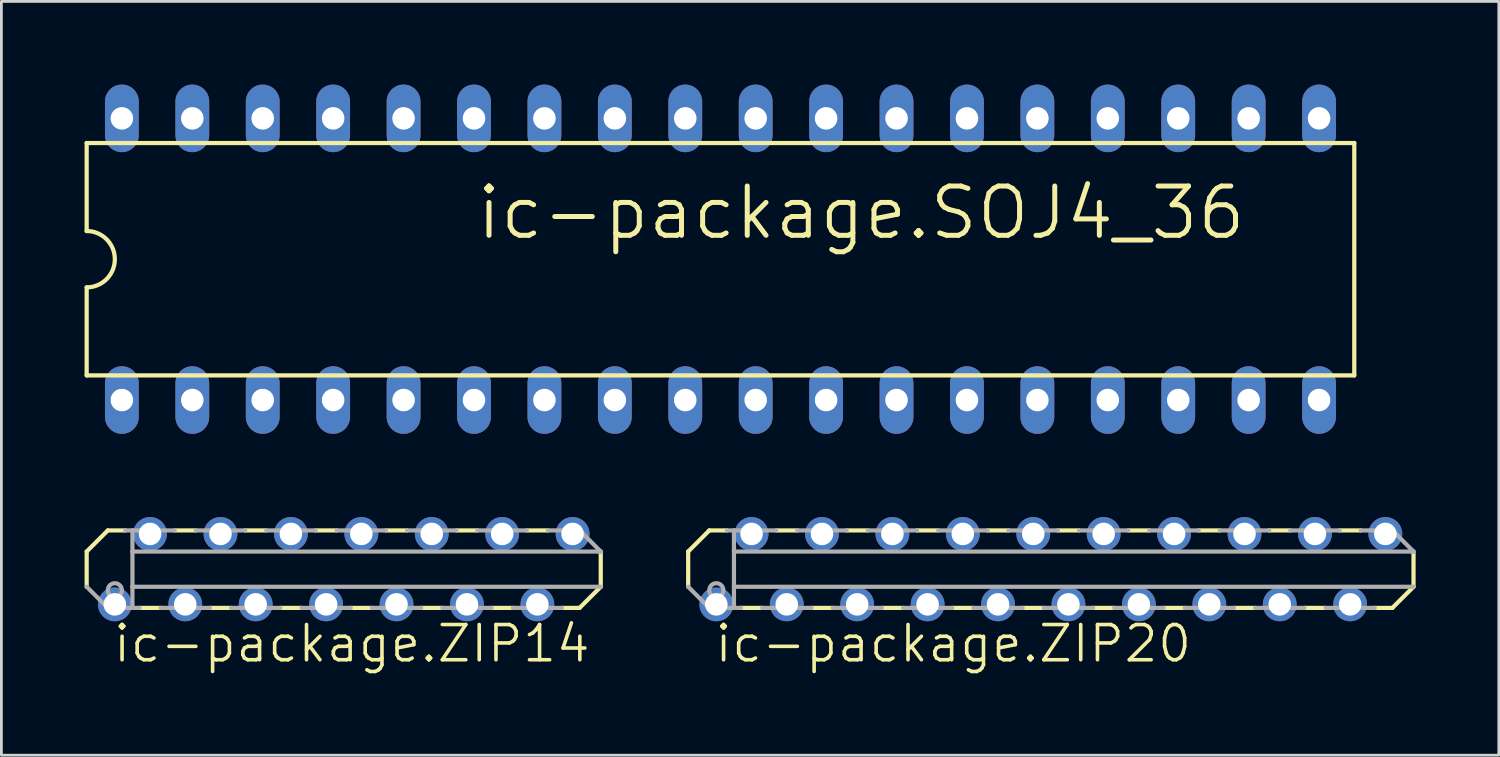
<source format=kicad_pcb>
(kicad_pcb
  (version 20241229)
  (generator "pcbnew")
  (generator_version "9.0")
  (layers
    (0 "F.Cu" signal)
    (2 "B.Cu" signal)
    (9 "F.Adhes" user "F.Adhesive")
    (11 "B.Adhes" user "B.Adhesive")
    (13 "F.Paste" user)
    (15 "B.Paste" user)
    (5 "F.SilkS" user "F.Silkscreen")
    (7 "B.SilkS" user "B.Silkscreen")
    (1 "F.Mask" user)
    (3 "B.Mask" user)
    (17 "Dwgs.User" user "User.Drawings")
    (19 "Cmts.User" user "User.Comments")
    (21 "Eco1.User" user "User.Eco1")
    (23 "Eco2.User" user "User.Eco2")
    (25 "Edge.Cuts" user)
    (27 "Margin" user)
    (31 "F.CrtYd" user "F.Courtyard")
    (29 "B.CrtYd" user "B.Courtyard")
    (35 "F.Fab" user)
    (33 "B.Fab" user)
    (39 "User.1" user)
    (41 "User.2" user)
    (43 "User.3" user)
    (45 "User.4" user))
  (footprint "ic-package.SOJ4_36"
    (layer "F.Cu")
    (at 22.936 6.299)
    (property "Reference" "ic-package.SOJ4_36" (at -8.89 -0.635 0) (layer "F.SilkS") (effects (font (size 1.778 1.778) (thickness 0.18)) (justify left bottom)))
    (attr through_hole)
    (fp_line (start -22.86 -4.191) (end -22.86 -1.016) (stroke (width 0.152) (type default)) (layer "F.SilkS"))
    (fp_line (start -22.86 4.191) (end -22.86 1.016) (stroke (width 0.152) (type default)) (layer "F.SilkS"))
    (fp_line (start -22.86 4.191) (end 22.86 4.191) (stroke (width 0.152) (type default)) (layer "F.SilkS"))
    (fp_line (start 22.86 -4.191) (end -22.86 -4.191) (stroke (width 0.152) (type default)) (layer "F.SilkS"))
    (fp_line (start 22.86 -4.191) (end 22.86 4.191) (stroke (width 0.152) (type default)) (layer "F.SilkS"))
    (fp_arc (start -22.86 -1.016) (mid -21.844 0) (end -22.86 1.016) (stroke (width 0.1524) (type default)) (layer "F.SilkS"))
    (pad "1" thru_hole oval (at -21.59 5.08 90) (size 2.438 1.219) (drill 0.813) (layers "*.Cu" "*.Mask"))
    (pad "2" thru_hole oval (at -19.05 5.08 90) (size 2.438 1.219) (drill 0.813) (layers "*.Cu" "*.Mask"))
    (pad "3" thru_hole oval (at -16.51 5.08 90) (size 2.438 1.219) (drill 0.813) (layers "*.Cu" "*.Mask"))
    (pad "4" thru_hole oval (at -13.97 5.08 90) (size 2.438 1.219) (drill 0.813) (layers "*.Cu" "*.Mask"))
    (pad "5" thru_hole oval (at -11.43 5.08 90) (size 2.438 1.219) (drill 0.813) (layers "*.Cu" "*.Mask"))
    (pad "6" thru_hole oval (at -8.89 5.08 90) (size 2.438 1.219) (drill 0.813) (layers "*.Cu" "*.Mask"))
    (pad "7" thru_hole oval (at -6.35 5.08 90) (size 2.438 1.219) (drill 0.813) (layers "*.Cu" "*.Mask"))
    (pad "8" thru_hole oval (at -3.81 5.08 90) (size 2.438 1.219) (drill 0.813) (layers "*.Cu" "*.Mask"))
    (pad "9" thru_hole oval (at -1.27 5.08 90) (size 2.438 1.219) (drill 0.813) (layers "*.Cu" "*.Mask"))
    (pad "10" thru_hole oval (at 1.27 5.08 90) (size 2.438 1.219) (drill 0.813) (layers "*.Cu" "*.Mask"))
    (pad "11" thru_hole oval (at 3.81 5.08 90) (size 2.438 1.219) (drill 0.813) (layers "*.Cu" "*.Mask"))
    (pad "12" thru_hole oval (at 6.35 5.08 90) (size 2.438 1.219) (drill 0.813) (layers "*.Cu" "*.Mask"))
    (pad "13" thru_hole oval (at 8.89 5.08 90) (size 2.438 1.219) (drill 0.813) (layers "*.Cu" "*.Mask"))
    (pad "14" thru_hole oval (at 11.43 5.08 90) (size 2.438 1.219) (drill 0.813) (layers "*.Cu" "*.Mask"))
    (pad "15" thru_hole oval (at 13.97 5.08 90) (size 2.438 1.219) (drill 0.813) (layers "*.Cu" "*.Mask"))
    (pad "16" thru_hole oval (at 16.51 5.08 90) (size 2.438 1.219) (drill 0.813) (layers "*.Cu" "*.Mask"))
    (pad "17" thru_hole oval (at 19.05 5.08 90) (size 2.438 1.219) (drill 0.813) (layers "*.Cu" "*.Mask"))
    (pad "18" thru_hole oval (at 21.59 5.08 90) (size 2.438 1.219) (drill 0.813) (layers "*.Cu" "*.Mask"))
    (pad "19" thru_hole oval (at 21.59 -5.08 90) (size 2.438 1.219) (drill 0.813) (layers "*.Cu" "*.Mask"))
    (pad "20" thru_hole oval (at 19.05 -5.08 90) (size 2.438 1.219) (drill 0.813) (layers "*.Cu" "*.Mask"))
    (pad "21" thru_hole oval (at 16.51 -5.08 90) (size 2.438 1.219) (drill 0.813) (layers "*.Cu" "*.Mask"))
    (pad "22" thru_hole oval (at 13.97 -5.08 90) (size 2.438 1.219) (drill 0.813) (layers "*.Cu" "*.Mask"))
    (pad "23" thru_hole oval (at 11.43 -5.08 90) (size 2.438 1.219) (drill 0.813) (layers "*.Cu" "*.Mask"))
    (pad "24" thru_hole oval (at 8.89 -5.08 90) (size 2.438 1.219) (drill 0.813) (layers "*.Cu" "*.Mask"))
    (pad "25" thru_hole oval (at 6.35 -5.08 90) (size 2.438 1.219) (drill 0.813) (layers "*.Cu" "*.Mask"))
    (pad "26" thru_hole oval (at 3.81 -5.08 90) (size 2.438 1.219) (drill 0.813) (layers "*.Cu" "*.Mask"))
    (pad "27" thru_hole oval (at 1.27 -5.08 90) (size 2.438 1.219) (drill 0.813) (layers "*.Cu" "*.Mask"))
    (pad "28" thru_hole oval (at -1.27 -5.08 90) (size 2.438 1.219) (drill 0.813) (layers "*.Cu" "*.Mask"))
    (pad "29" thru_hole oval (at -3.81 -5.08 90) (size 2.438 1.219) (drill 0.813) (layers "*.Cu" "*.Mask"))
    (pad "30" thru_hole oval (at -6.35 -5.08 90) (size 2.438 1.219) (drill 0.813) (layers "*.Cu" "*.Mask"))
    (pad "31" thru_hole oval (at -8.89 -5.08 90) (size 2.438 1.219) (drill 0.813) (layers "*.Cu" "*.Mask"))
    (pad "32" thru_hole oval (at -11.43 -5.08 90) (size 2.438 1.219) (drill 0.813) (layers "*.Cu" "*.Mask"))
    (pad "33" thru_hole oval (at -13.97 -5.08 90) (size 2.438 1.219) (drill 0.813) (layers "*.Cu" "*.Mask"))
    (pad "34" thru_hole oval (at -16.51 -5.08 90) (size 2.438 1.219) (drill 0.813) (layers "*.Cu" "*.Mask"))
    (pad "35" thru_hole oval (at -19.05 -5.08 90) (size 2.438 1.219) (drill 0.813) (layers "*.Cu" "*.Mask"))
    (pad "36" thru_hole oval (at -21.59 -5.08 90) (size 2.438 1.219) (drill 0.813) (layers "*.Cu" "*.Mask")))
  (footprint "ic-package.ZIP14"
    (layer "F.Cu")
    (at 9.982 17.478)
    (property "Reference" "ic-package.ZIP14" (at -9.017 3.429 0) (layer "F.SilkS") (effects (font (size 1.27 1.27) (thickness 0.13)) (justify left bottom)))
    (attr through_hole)
    (fp_line (start -9.906 -0.635) (end -9.906 0.635) (stroke (width 0.152) (type default)) (layer "F.SilkS"))
    (fp_line (start -9.144 -1.397) (end -9.906 -0.635) (stroke (width 0.152) (type default)) (layer "F.SilkS"))
    (fp_line (start -8.509 -1.397) (end -9.144 -1.397) (stroke (width 0.152) (type default)) (layer "F.SilkS"))
    (fp_line (start -7.239 1.397) (end -8.001 1.397) (stroke (width 0.152) (type default)) (layer "F.SilkS"))
    (fp_line (start -5.969 -1.397) (end -6.731 -1.397) (stroke (width 0.152) (type default)) (layer "F.SilkS"))
    (fp_line (start -4.699 1.397) (end -5.461 1.397) (stroke (width 0.152) (type default)) (layer "F.SilkS"))
    (fp_line (start -3.429 -1.397) (end -4.191 -1.397) (stroke (width 0.152) (type default)) (layer "F.SilkS"))
    (fp_line (start -2.159 1.397) (end -2.921 1.397) (stroke (width 0.152) (type default)) (layer "F.SilkS"))
    (fp_line (start -0.889 -1.397) (end -1.651 -1.397) (stroke (width 0.152) (type default)) (layer "F.SilkS"))
    (fp_line (start 0.381 1.397) (end -0.381 1.397) (stroke (width 0.152) (type default)) (layer "F.SilkS"))
    (fp_line (start 1.651 -1.397) (end 0.889 -1.397) (stroke (width 0.152) (type default)) (layer "F.SilkS"))
    (fp_line (start 2.921 1.397) (end 2.159 1.397) (stroke (width 0.152) (type default)) (layer "F.SilkS"))
    (fp_line (start 4.191 -1.397) (end 3.429 -1.397) (stroke (width 0.152) (type default)) (layer "F.SilkS"))
    (fp_line (start 5.461 1.397) (end 4.699 1.397) (stroke (width 0.152) (type default)) (layer "F.SilkS"))
    (fp_line (start 6.731 -1.397) (end 5.969 -1.397) (stroke (width 0.152) (type default)) (layer "F.SilkS"))
    (fp_line (start 7.874 1.397) (end 7.239 1.397) (stroke (width 0.152) (type default)) (layer "F.SilkS"))
    (fp_line (start 7.874 1.397) (end 8.636 0.635) (stroke (width 0.152) (type default)) (layer "F.SilkS"))
    (fp_line (start 8.636 0.635) (end 8.636 -0.635) (stroke (width 0.152) (type default)) (layer "F.SilkS"))
    (fp_line (start -9.906 0.635) (end -9.144 1.397) (stroke (width 0.152) (type default)) (layer "F.Fab"))
    (fp_line (start -8.255 -1.397) (end -8.509 -1.397) (stroke (width 0.152) (type default)) (layer "F.Fab"))
    (fp_line (start -8.255 -0.635) (end -8.255 -1.397) (stroke (width 0.152) (type default)) (layer "F.Fab"))
    (fp_line (start -8.255 0.635) (end -8.255 -0.635) (stroke (width 0.152) (type default)) (layer "F.Fab"))
    (fp_line (start -8.255 1.397) (end -9.144 1.397) (stroke (width 0.152) (type default)) (layer "F.Fab"))
    (fp_line (start -8.255 1.397) (end -8.255 0.635) (stroke (width 0.152) (type default)) (layer "F.Fab"))
    (fp_line (start -8.001 1.397) (end -8.255 1.397) (stroke (width 0.152) (type default)) (layer "F.Fab"))
    (fp_line (start -6.731 -1.397) (end -8.255 -1.397) (stroke (width 0.152) (type default)) (layer "F.Fab"))
    (fp_line (start -5.461 1.397) (end -7.239 1.397) (stroke (width 0.152) (type default)) (layer "F.Fab"))
    (fp_line (start -4.191 -1.397) (end -5.969 -1.397) (stroke (width 0.152) (type default)) (layer "F.Fab"))
    (fp_line (start -2.921 1.397) (end -4.699 1.397) (stroke (width 0.152) (type default)) (layer "F.Fab"))
    (fp_line (start -1.651 -1.397) (end -3.429 -1.397) (stroke (width 0.152) (type default)) (layer "F.Fab"))
    (fp_line (start -0.381 1.397) (end -2.159 1.397) (stroke (width 0.152) (type default)) (layer "F.Fab"))
    (fp_line (start 0.889 -1.397) (end -0.889 -1.397) (stroke (width 0.152) (type default)) (layer "F.Fab"))
    (fp_line (start 2.159 1.397) (end 0.381 1.397) (stroke (width 0.152) (type default)) (layer "F.Fab"))
    (fp_line (start 3.429 -1.397) (end 1.651 -1.397) (stroke (width 0.152) (type default)) (layer "F.Fab"))
    (fp_line (start 4.699 1.397) (end 2.921 1.397) (stroke (width 0.152) (type default)) (layer "F.Fab"))
    (fp_line (start 5.969 -1.397) (end 4.191 -1.397) (stroke (width 0.152) (type default)) (layer "F.Fab"))
    (fp_line (start 7.239 1.397) (end 5.461 1.397) (stroke (width 0.152) (type default)) (layer "F.Fab"))
    (fp_line (start 7.874 -1.397) (end 6.731 -1.397) (stroke (width 0.152) (type default)) (layer "F.Fab"))
    (fp_line (start 8.636 -0.635) (end -8.255 -0.635) (stroke (width 0.152) (type default)) (layer "F.Fab"))
    (fp_line (start 8.636 -0.635) (end 7.874 -1.397) (stroke (width 0.152) (type default)) (layer "F.Fab"))
    (fp_line (start 8.636 0.635) (end -8.255 0.635) (stroke (width 0.152) (type default)) (layer "F.Fab"))
    (fp_circle (center -8.89 0.762) (end -8.636 0.762) (stroke (width 0.152) (type default)) (fill no) (layer "F.Fab"))
    (pad "1" thru_hole circle (at -8.89 1.27) (size 1.219 1.219) (drill 0.813) (layers "*.Cu" "*.Mask"))
    (pad "2" thru_hole circle (at -7.62 -1.27) (size 1.219 1.219) (drill 0.813) (layers "*.Cu" "*.Mask"))
    (pad "3" thru_hole circle (at -6.35 1.27) (size 1.219 1.219) (drill 0.813) (layers "*.Cu" "*.Mask"))
    (pad "4" thru_hole circle (at -5.08 -1.27) (size 1.219 1.219) (drill 0.813) (layers "*.Cu" "*.Mask"))
    (pad "5" thru_hole circle (at -3.81 1.27) (size 1.219 1.219) (drill 0.813) (layers "*.Cu" "*.Mask"))
    (pad "6" thru_hole circle (at -2.54 -1.27) (size 1.219 1.219) (drill 0.813) (layers "*.Cu" "*.Mask"))
    (pad "7" thru_hole circle (at -1.27 1.27) (size 1.219 1.219) (drill 0.813) (layers "*.Cu" "*.Mask"))
    (pad "8" thru_hole circle (at 0 -1.27) (size 1.219 1.219) (drill 0.813) (layers "*.Cu" "*.Mask"))
    (pad "9" thru_hole circle (at 1.27 1.27) (size 1.219 1.219) (drill 0.813) (layers "*.Cu" "*.Mask"))
    (pad "10" thru_hole circle (at 2.54 -1.27) (size 1.219 1.219) (drill 0.813) (layers "*.Cu" "*.Mask"))
    (pad "11" thru_hole circle (at 3.81 1.27) (size 1.219 1.219) (drill 0.813) (layers "*.Cu" "*.Mask"))
    (pad "12" thru_hole circle (at 5.08 -1.27) (size 1.219 1.219) (drill 0.813) (layers "*.Cu" "*.Mask"))
    (pad "13" thru_hole circle (at 6.35 1.27) (size 1.219 1.219) (drill 0.813) (layers "*.Cu" "*.Mask"))
    (pad "14" thru_hole circle (at 7.62 -1.27) (size 1.219 1.219) (drill 0.813) (layers "*.Cu" "*.Mask")))
  (footprint "ic-package.ZIP20"
    (layer "F.Cu")
    (at 34.852 17.478)
    (property "Reference" "ic-package.ZIP20" (at -12.192 3.429 0) (layer "F.SilkS") (effects (font (size 1.27 1.27) (thickness 0.13)) (justify left bottom)))
    (attr through_hole)
    (fp_line (start -13.081 -0.635) (end -13.081 0.635) (stroke (width 0.152) (type default)) (layer "F.SilkS"))
    (fp_line (start -12.319 -1.397) (end -13.081 -0.635) (stroke (width 0.152) (type default)) (layer "F.SilkS"))
    (fp_line (start -11.684 -1.397) (end -12.319 -1.397) (stroke (width 0.152) (type default)) (layer "F.SilkS"))
    (fp_line (start -10.414 1.397) (end -11.176 1.397) (stroke (width 0.152) (type default)) (layer "F.SilkS"))
    (fp_line (start -9.144 -1.397) (end -9.906 -1.397) (stroke (width 0.152) (type default)) (layer "F.SilkS"))
    (fp_line (start -7.874 1.397) (end -8.636 1.397) (stroke (width 0.152) (type default)) (layer "F.SilkS"))
    (fp_line (start -6.604 -1.397) (end -7.366 -1.397) (stroke (width 0.152) (type default)) (layer "F.SilkS"))
    (fp_line (start -5.334 1.397) (end -6.096 1.397) (stroke (width 0.152) (type default)) (layer "F.SilkS"))
    (fp_line (start -4.064 -1.397) (end -4.826 -1.397) (stroke (width 0.152) (type default)) (layer "F.SilkS"))
    (fp_line (start -2.794 1.397) (end -3.556 1.397) (stroke (width 0.152) (type default)) (layer "F.SilkS"))
    (fp_line (start -1.524 -1.397) (end -2.286 -1.397) (stroke (width 0.152) (type default)) (layer "F.SilkS"))
    (fp_line (start -0.254 1.397) (end -1.016 1.397) (stroke (width 0.152) (type default)) (layer "F.SilkS"))
    (fp_line (start 1.016 -1.397) (end 0.254 -1.397) (stroke (width 0.152) (type default)) (layer "F.SilkS"))
    (fp_line (start 2.286 1.397) (end 1.524 1.397) (stroke (width 0.152) (type default)) (layer "F.SilkS"))
    (fp_line (start 3.556 -1.397) (end 2.794 -1.397) (stroke (width 0.152) (type default)) (layer "F.SilkS"))
    (fp_line (start 4.826 1.397) (end 4.064 1.397) (stroke (width 0.152) (type default)) (layer "F.SilkS"))
    (fp_line (start 6.096 -1.397) (end 5.334 -1.397) (stroke (width 0.152) (type default)) (layer "F.SilkS"))
    (fp_line (start 7.366 1.397) (end 6.604 1.397) (stroke (width 0.152) (type default)) (layer "F.SilkS"))
    (fp_line (start 8.636 -1.397) (end 7.874 -1.397) (stroke (width 0.152) (type default)) (layer "F.SilkS"))
    (fp_line (start 9.906 1.397) (end 9.144 1.397) (stroke (width 0.152) (type default)) (layer "F.SilkS"))
    (fp_line (start 11.176 -1.397) (end 10.414 -1.397) (stroke (width 0.152) (type default)) (layer "F.SilkS"))
    (fp_line (start 12.319 1.397) (end 11.684 1.397) (stroke (width 0.152) (type default)) (layer "F.SilkS"))
    (fp_line (start 12.319 1.397) (end 13.081 0.635) (stroke (width 0.152) (type default)) (layer "F.SilkS"))
    (fp_line (start 13.081 0.635) (end 13.081 -0.635) (stroke (width 0.152) (type default)) (layer "F.SilkS"))
    (fp_line (start -13.081 0.635) (end -12.319 1.397) (stroke (width 0.152) (type default)) (layer "F.Fab"))
    (fp_line (start -11.43 -1.397) (end -11.684 -1.397) (stroke (width 0.152) (type default)) (layer "F.Fab"))
    (fp_line (start -11.43 -0.635) (end -11.43 -1.397) (stroke (width 0.152) (type default)) (layer "F.Fab"))
    (fp_line (start -11.43 0.635) (end -11.43 -0.635) (stroke (width 0.152) (type default)) (layer "F.Fab"))
    (fp_line (start -11.43 1.397) (end -12.319 1.397) (stroke (width 0.152) (type default)) (layer "F.Fab"))
    (fp_line (start -11.43 1.397) (end -11.43 0.635) (stroke (width 0.152) (type default)) (layer "F.Fab"))
    (fp_line (start -11.176 1.397) (end -11.43 1.397) (stroke (width 0.152) (type default)) (layer "F.Fab"))
    (fp_line (start -9.906 -1.397) (end -11.43 -1.397) (stroke (width 0.152) (type default)) (layer "F.Fab"))
    (fp_line (start -8.636 1.397) (end -10.414 1.397) (stroke (width 0.152) (type default)) (layer "F.Fab"))
    (fp_line (start -7.366 -1.397) (end -9.144 -1.397) (stroke (width 0.152) (type default)) (layer "F.Fab"))
    (fp_line (start -6.096 1.397) (end -7.874 1.397) (stroke (width 0.152) (type default)) (layer "F.Fab"))
    (fp_line (start -4.826 -1.397) (end -6.604 -1.397) (stroke (width 0.152) (type default)) (layer "F.Fab"))
    (fp_line (start -3.556 1.397) (end -5.334 1.397) (stroke (width 0.152) (type default)) (layer "F.Fab"))
    (fp_line (start -2.286 -1.397) (end -4.064 -1.397) (stroke (width 0.152) (type default)) (layer "F.Fab"))
    (fp_line (start -1.016 1.397) (end -2.794 1.397) (stroke (width 0.152) (type default)) (layer "F.Fab"))
    (fp_line (start 0.254 -1.397) (end -1.524 -1.397) (stroke (width 0.152) (type default)) (layer "F.Fab"))
    (fp_line (start 1.524 1.397) (end -0.254 1.397) (stroke (width 0.152) (type default)) (layer "F.Fab"))
    (fp_line (start 2.794 -1.397) (end 1.016 -1.397) (stroke (width 0.152) (type default)) (layer "F.Fab"))
    (fp_line (start 4.064 1.397) (end 2.286 1.397) (stroke (width 0.152) (type default)) (layer "F.Fab"))
    (fp_line (start 5.334 -1.397) (end 3.556 -1.397) (stroke (width 0.152) (type default)) (layer "F.Fab"))
    (fp_line (start 6.604 1.397) (end 4.826 1.397) (stroke (width 0.152) (type default)) (layer "F.Fab"))
    (fp_line (start 7.874 -1.397) (end 6.096 -1.397) (stroke (width 0.152) (type default)) (layer "F.Fab"))
    (fp_line (start 9.144 1.397) (end 7.366 1.397) (stroke (width 0.152) (type default)) (layer "F.Fab"))
    (fp_line (start 10.414 -1.397) (end 8.636 -1.397) (stroke (width 0.152) (type default)) (layer "F.Fab"))
    (fp_line (start 11.684 1.397) (end 9.906 1.397) (stroke (width 0.152) (type default)) (layer "F.Fab"))
    (fp_line (start 12.319 -1.397) (end 11.176 -1.397) (stroke (width 0.152) (type default)) (layer "F.Fab"))
    (fp_line (start 13.081 -0.635) (end -11.43 -0.635) (stroke (width 0.152) (type default)) (layer "F.Fab"))
    (fp_line (start 13.081 -0.635) (end 12.319 -1.397) (stroke (width 0.152) (type default)) (layer "F.Fab"))
    (fp_line (start 13.081 0.635) (end -11.43 0.635) (stroke (width 0.152) (type default)) (layer "F.Fab"))
    (fp_circle (center -12.065 0.762) (end -11.811 0.762) (stroke (width 0.152) (type default)) (fill no) (layer "F.Fab"))
    (pad "1" thru_hole circle (at -12.065 1.27) (size 1.219 1.219) (drill 0.813) (layers "*.Cu" "*.Mask"))
    (pad "2" thru_hole circle (at -10.795 -1.27) (size 1.219 1.219) (drill 0.813) (layers "*.Cu" "*.Mask"))
    (pad "3" thru_hole circle (at -9.525 1.27) (size 1.219 1.219) (drill 0.813) (layers "*.Cu" "*.Mask"))
    (pad "4" thru_hole circle (at -8.255 -1.27) (size 1.219 1.219) (drill 0.813) (layers "*.Cu" "*.Mask"))
    (pad "5" thru_hole circle (at -6.985 1.27) (size 1.219 1.219) (drill 0.813) (layers "*.Cu" "*.Mask"))
    (pad "6" thru_hole circle (at -5.715 -1.27) (size 1.219 1.219) (drill 0.813) (layers "*.Cu" "*.Mask"))
    (pad "7" thru_hole circle (at -4.445 1.27) (size 1.219 1.219) (drill 0.813) (layers "*.Cu" "*.Mask"))
    (pad "8" thru_hole circle (at -3.175 -1.27) (size 1.219 1.219) (drill 0.813) (layers "*.Cu" "*.Mask"))
    (pad "9" thru_hole circle (at -1.905 1.27) (size 1.219 1.219) (drill 0.813) (layers "*.Cu" "*.Mask"))
    (pad "10" thru_hole circle (at -0.635 -1.27) (size 1.219 1.219) (drill 0.813) (layers "*.Cu" "*.Mask"))
    (pad "11" thru_hole circle (at 0.635 1.27) (size 1.219 1.219) (drill 0.813) (layers "*.Cu" "*.Mask"))
    (pad "12" thru_hole circle (at 1.905 -1.27) (size 1.219 1.219) (drill 0.813) (layers "*.Cu" "*.Mask"))
    (pad "13" thru_hole circle (at 3.175 1.27) (size 1.219 1.219) (drill 0.813) (layers "*.Cu" "*.Mask"))
    (pad "14" thru_hole circle (at 4.445 -1.27) (size 1.219 1.219) (drill 0.813) (layers "*.Cu" "*.Mask"))
    (pad "15" thru_hole circle (at 5.715 1.27) (size 1.219 1.219) (drill 0.813) (layers "*.Cu" "*.Mask"))
    (pad "16" thru_hole circle (at 6.985 -1.27) (size 1.219 1.219) (drill 0.813) (layers "*.Cu" "*.Mask"))
    (pad "17" thru_hole circle (at 8.255 1.27) (size 1.219 1.219) (drill 0.813) (layers "*.Cu" "*.Mask"))
    (pad "18" thru_hole circle (at 9.525 -1.27) (size 1.219 1.219) (drill 0.813) (layers "*.Cu" "*.Mask"))
    (pad "19" thru_hole circle (at 10.795 1.27) (size 1.219 1.219) (drill 0.813) (layers "*.Cu" "*.Mask"))
    (pad "20" thru_hole circle (at 12.065 -1.27) (size 1.219 1.219) (drill 0.813) (layers "*.Cu" "*.Mask")))
  (gr_rect
    (start -3 -3)
    (end 51.009 24.189)
    (stroke (width 0.1) (type default))
    (fill no)
    (layer "Edge.Cuts")))
</source>
